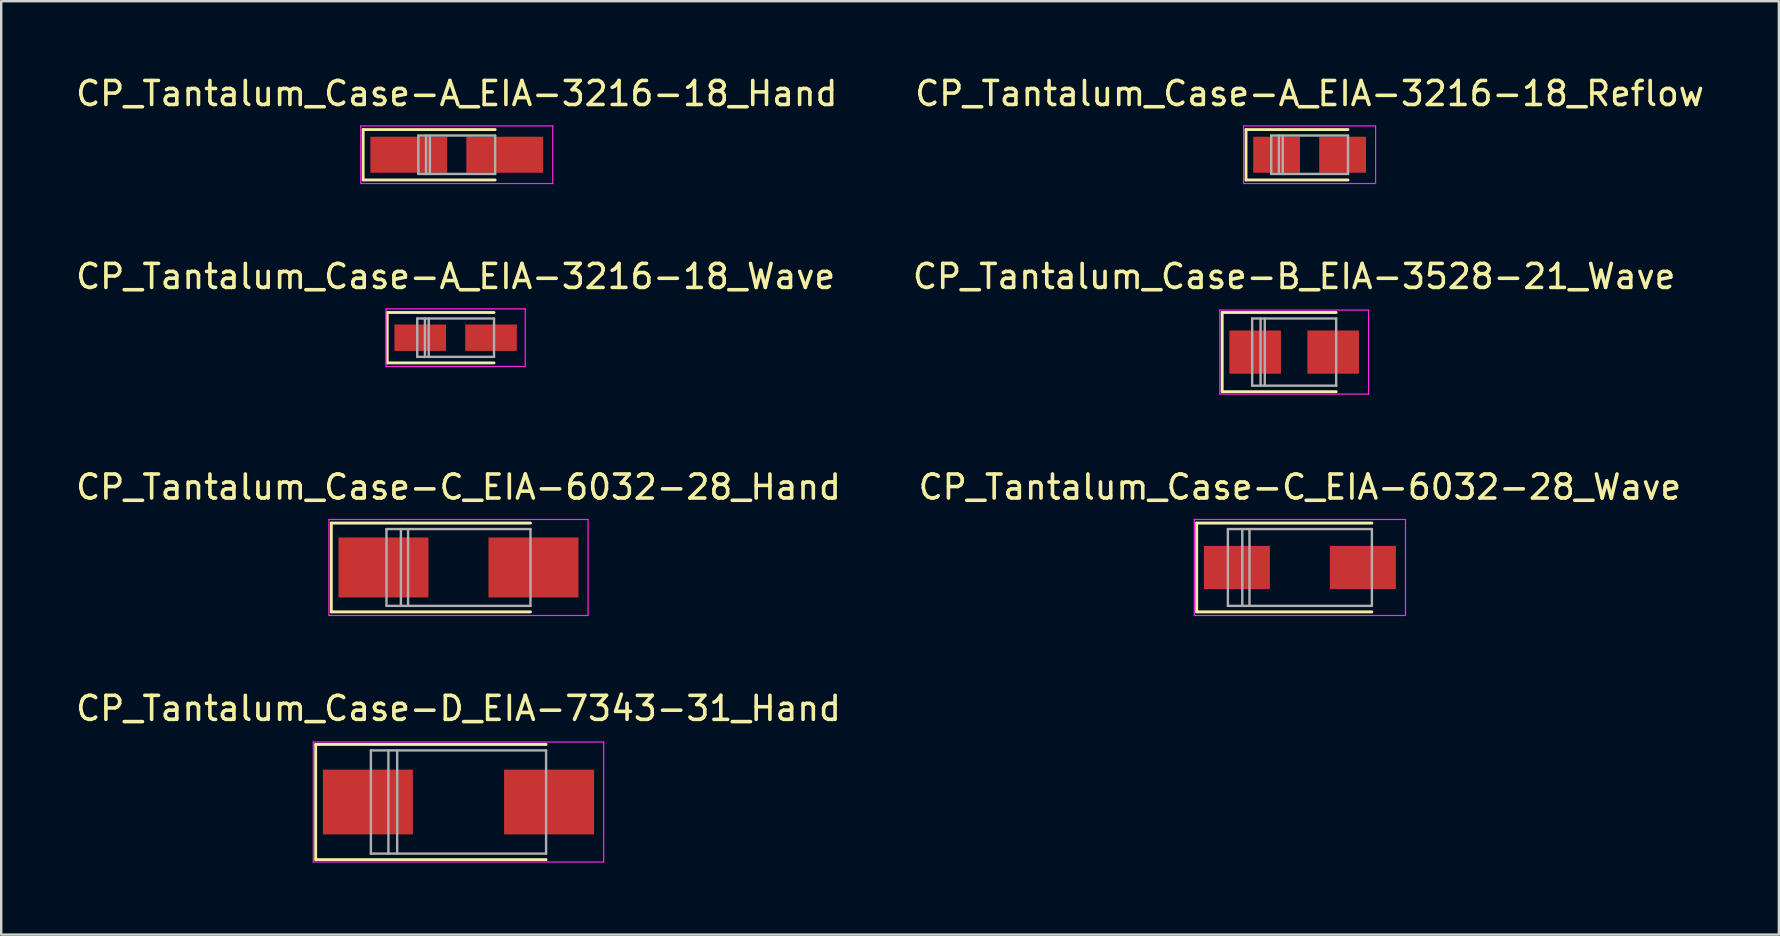
<source format=kicad_pcb>
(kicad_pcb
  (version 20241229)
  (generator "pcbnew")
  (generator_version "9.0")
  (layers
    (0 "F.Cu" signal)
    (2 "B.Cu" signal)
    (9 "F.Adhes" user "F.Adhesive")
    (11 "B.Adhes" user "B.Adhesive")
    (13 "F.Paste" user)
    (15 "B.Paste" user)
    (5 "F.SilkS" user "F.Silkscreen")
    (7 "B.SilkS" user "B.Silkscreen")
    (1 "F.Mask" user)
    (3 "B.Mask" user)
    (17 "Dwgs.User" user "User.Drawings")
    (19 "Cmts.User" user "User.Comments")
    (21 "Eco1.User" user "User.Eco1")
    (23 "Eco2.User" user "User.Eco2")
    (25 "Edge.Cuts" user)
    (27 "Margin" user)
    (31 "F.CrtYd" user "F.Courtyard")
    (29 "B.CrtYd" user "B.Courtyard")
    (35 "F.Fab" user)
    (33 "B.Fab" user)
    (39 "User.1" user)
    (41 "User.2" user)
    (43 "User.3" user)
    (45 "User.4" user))
  (footprint "CP_Tantalum_Case-C_EIA-6032-28_Hand"
    (layer "F.Cu")
    (at 16.054 20.595)
    (property "Reference" "CP_Tantalum_Case-C_EIA-6032-28_Hand" (at 0 -3.35 0) (layer "F.SilkS") (effects (font (size 1 1) (thickness 0.15))))
    (attr smd)
    (fp_line (start -5.3 -1.85) (end -5.3 1.85) (stroke (width 0.12) (type solid)) (layer "F.SilkS"))
    (fp_line (start -5.3 -1.85) (end 3 -1.85) (stroke (width 0.12) (type solid)) (layer "F.SilkS"))
    (fp_line (start -5.3 1.85) (end 3 1.85) (stroke (width 0.12) (type solid)) (layer "F.SilkS"))
    (fp_line (start -5.4 -2) (end -5.4 2) (stroke (width 0.05) (type solid)) (layer "F.CrtYd"))
    (fp_line (start -5.4 2) (end 5.4 2) (stroke (width 0.05) (type solid)) (layer "F.CrtYd"))
    (fp_line (start 5.4 -2) (end -5.4 -2) (stroke (width 0.05) (type solid)) (layer "F.CrtYd"))
    (fp_line (start 5.4 2) (end 5.4 -2) (stroke (width 0.05) (type solid)) (layer "F.CrtYd"))
    (fp_line (start -3 -1.6) (end -3 1.6) (stroke (width 0.1) (type solid)) (layer "F.Fab"))
    (fp_line (start -3 1.6) (end 3 1.6) (stroke (width 0.1) (type solid)) (layer "F.Fab"))
    (fp_line (start -2.4 -1.6) (end -2.4 1.6) (stroke (width 0.1) (type solid)) (layer "F.Fab"))
    (fp_line (start -2.1 -1.6) (end -2.1 1.6) (stroke (width 0.1) (type solid)) (layer "F.Fab"))
    (fp_line (start 3 -1.6) (end -3 -1.6) (stroke (width 0.1) (type solid)) (layer "F.Fab"))
    (fp_line (start 3 1.6) (end 3 -1.6) (stroke (width 0.1) (type solid)) (layer "F.Fab"))
    (pad "1" smd rect (at -3.125 0) (size 3.75 2.5) (layers "F.Cu" "F.Mask" "F.Paste"))
    (pad "2" smd rect (at 3.125 0) (size 3.75 2.5) (layers "F.Cu" "F.Mask" "F.Paste")))
  (footprint "CP_Tantalum_Case-A_EIA-3216-18_Reflow"
    (layer "F.Cu")
    (at 51.518 3.398)
    (property "Reference" "CP_Tantalum_Case-A_EIA-3216-18_Reflow" (at 0 -2.55 0) (layer "F.SilkS") (effects (font (size 1 1) (thickness 0.15))))
    (attr smd)
    (fp_line (start -2.65 -1.05) (end -2.65 1.05) (stroke (width 0.12) (type solid)) (layer "F.SilkS"))
    (fp_line (start -2.65 -1.05) (end 1.6 -1.05) (stroke (width 0.12) (type solid)) (layer "F.SilkS"))
    (fp_line (start -2.65 1.05) (end 1.6 1.05) (stroke (width 0.12) (type solid)) (layer "F.SilkS"))
    (fp_line (start -2.75 -1.2) (end -2.75 1.2) (stroke (width 0.05) (type solid)) (layer "F.CrtYd"))
    (fp_line (start -2.75 1.2) (end 2.75 1.2) (stroke (width 0.05) (type solid)) (layer "F.CrtYd"))
    (fp_line (start 2.75 -1.2) (end -2.75 -1.2) (stroke (width 0.05) (type solid)) (layer "F.CrtYd"))
    (fp_line (start 2.75 1.2) (end 2.75 -1.2) (stroke (width 0.05) (type solid)) (layer "F.CrtYd"))
    (fp_line (start -1.6 -0.8) (end -1.6 0.8) (stroke (width 0.1) (type solid)) (layer "F.Fab"))
    (fp_line (start -1.6 0.8) (end 1.6 0.8) (stroke (width 0.1) (type solid)) (layer "F.Fab"))
    (fp_line (start -1.28 -0.8) (end -1.28 0.8) (stroke (width 0.1) (type solid)) (layer "F.Fab"))
    (fp_line (start -1.12 -0.8) (end -1.12 0.8) (stroke (width 0.1) (type solid)) (layer "F.Fab"))
    (fp_line (start 1.6 -0.8) (end -1.6 -0.8) (stroke (width 0.1) (type solid)) (layer "F.Fab"))
    (fp_line (start 1.6 0.8) (end 1.6 -0.8) (stroke (width 0.1) (type solid)) (layer "F.Fab"))
    (pad "1" smd rect (at -1.375 0) (size 1.95 1.5) (layers "F.Cu" "F.Mask" "F.Paste"))
    (pad "2" smd rect (at 1.375 0) (size 1.95 1.5) (layers "F.Cu" "F.Mask" "F.Paste")))
  (footprint "CP_Tantalum_Case-C_EIA-6032-28_Wave"
    (layer "F.Cu")
    (at 51.113 20.595)
    (property "Reference" "CP_Tantalum_Case-C_EIA-6032-28_Wave" (at 0 -3.35 0) (layer "F.SilkS") (effects (font (size 1 1) (thickness 0.15))))
    (attr smd)
    (fp_line (start -4.3 -1.85) (end -4.3 1.85) (stroke (width 0.12) (type solid)) (layer "F.SilkS"))
    (fp_line (start -4.3 -1.85) (end 3 -1.85) (stroke (width 0.12) (type solid)) (layer "F.SilkS"))
    (fp_line (start -4.3 1.85) (end 3 1.85) (stroke (width 0.12) (type solid)) (layer "F.SilkS"))
    (fp_line (start -4.4 -2) (end -4.4 2) (stroke (width 0.05) (type solid)) (layer "F.CrtYd"))
    (fp_line (start -4.4 2) (end 4.4 2) (stroke (width 0.05) (type solid)) (layer "F.CrtYd"))
    (fp_line (start 4.4 -2) (end -4.4 -2) (stroke (width 0.05) (type solid)) (layer "F.CrtYd"))
    (fp_line (start 4.4 2) (end 4.4 -2) (stroke (width 0.05) (type solid)) (layer "F.CrtYd"))
    (fp_line (start -3 -1.6) (end -3 1.6) (stroke (width 0.1) (type solid)) (layer "F.Fab"))
    (fp_line (start -3 1.6) (end 3 1.6) (stroke (width 0.1) (type solid)) (layer "F.Fab"))
    (fp_line (start -2.4 -1.6) (end -2.4 1.6) (stroke (width 0.1) (type solid)) (layer "F.Fab"))
    (fp_line (start -2.1 -1.6) (end -2.1 1.6) (stroke (width 0.1) (type solid)) (layer "F.Fab"))
    (fp_line (start 3 -1.6) (end -3 -1.6) (stroke (width 0.1) (type solid)) (layer "F.Fab"))
    (fp_line (start 3 1.6) (end 3 -1.6) (stroke (width 0.1) (type solid)) (layer "F.Fab"))
    (pad "1" smd rect (at -2.625 0) (size 2.75 1.8) (layers "F.Cu" "F.Mask" "F.Paste"))
    (pad "2" smd rect (at 2.625 0) (size 2.75 1.8) (layers "F.Cu" "F.Mask" "F.Paste")))
  (footprint "CP_Tantalum_Case-A_EIA-3216-18_Hand"
    (layer "F.Cu")
    (at 15.982 3.398)
    (property "Reference" "CP_Tantalum_Case-A_EIA-3216-18_Hand" (at 0 -2.55 0) (layer "F.SilkS") (effects (font (size 1 1) (thickness 0.15))))
    (attr smd)
    (fp_line (start -3.9 -1.05) (end -3.9 1.05) (stroke (width 0.12) (type solid)) (layer "F.SilkS"))
    (fp_line (start -3.9 -1.05) (end 1.6 -1.05) (stroke (width 0.12) (type solid)) (layer "F.SilkS"))
    (fp_line (start -3.9 1.05) (end 1.6 1.05) (stroke (width 0.12) (type solid)) (layer "F.SilkS"))
    (fp_line (start -4 -1.2) (end -4 1.2) (stroke (width 0.05) (type solid)) (layer "F.CrtYd"))
    (fp_line (start -4 1.2) (end 4 1.2) (stroke (width 0.05) (type solid)) (layer "F.CrtYd"))
    (fp_line (start 4 -1.2) (end -4 -1.2) (stroke (width 0.05) (type solid)) (layer "F.CrtYd"))
    (fp_line (start 4 1.2) (end 4 -1.2) (stroke (width 0.05) (type solid)) (layer "F.CrtYd"))
    (fp_line (start -1.6 -0.8) (end -1.6 0.8) (stroke (width 0.1) (type solid)) (layer "F.Fab"))
    (fp_line (start -1.6 0.8) (end 1.6 0.8) (stroke (width 0.1) (type solid)) (layer "F.Fab"))
    (fp_line (start -1.28 -0.8) (end -1.28 0.8) (stroke (width 0.1) (type solid)) (layer "F.Fab"))
    (fp_line (start -1.12 -0.8) (end -1.12 0.8) (stroke (width 0.1) (type solid)) (layer "F.Fab"))
    (fp_line (start 1.6 -0.8) (end -1.6 -0.8) (stroke (width 0.1) (type solid)) (layer "F.Fab"))
    (fp_line (start 1.6 0.8) (end 1.6 -0.8) (stroke (width 0.1) (type solid)) (layer "F.Fab"))
    (pad "1" smd rect (at -2 0) (size 3.2 1.5) (layers "F.Cu" "F.Mask" "F.Paste"))
    (pad "2" smd rect (at 2 0) (size 3.2 1.5) (layers "F.Cu" "F.Mask" "F.Paste")))
  (footprint "CP_Tantalum_Case-D_EIA-7343-31_Hand"
    (layer "F.Cu")
    (at 16.054 30.368)
    (property "Reference" "CP_Tantalum_Case-D_EIA-7343-31_Hand" (at 0 -3.9 0) (layer "F.SilkS") (effects (font (size 1 1) (thickness 0.15))))
    (attr smd)
    (fp_line (start -5.95 -2.4) (end -5.95 2.4) (stroke (width 0.12) (type solid)) (layer "F.SilkS"))
    (fp_line (start -5.95 -2.4) (end 3.65 -2.4) (stroke (width 0.12) (type solid)) (layer "F.SilkS"))
    (fp_line (start -5.95 2.4) (end 3.65 2.4) (stroke (width 0.12) (type solid)) (layer "F.SilkS"))
    (fp_line (start -6.05 -2.5) (end -6.05 2.5) (stroke (width 0.05) (type solid)) (layer "F.CrtYd"))
    (fp_line (start -6.05 2.5) (end 6.05 2.5) (stroke (width 0.05) (type solid)) (layer "F.CrtYd"))
    (fp_line (start 6.05 -2.5) (end -6.05 -2.5) (stroke (width 0.05) (type solid)) (layer "F.CrtYd"))
    (fp_line (start 6.05 2.5) (end 6.05 -2.5) (stroke (width 0.05) (type solid)) (layer "F.CrtYd"))
    (fp_line (start -3.65 -2.15) (end -3.65 2.15) (stroke (width 0.1) (type solid)) (layer "F.Fab"))
    (fp_line (start -3.65 2.15) (end 3.65 2.15) (stroke (width 0.1) (type solid)) (layer "F.Fab"))
    (fp_line (start -2.92 -2.15) (end -2.92 2.15) (stroke (width 0.1) (type solid)) (layer "F.Fab"))
    (fp_line (start -2.555 -2.15) (end -2.555 2.15) (stroke (width 0.1) (type solid)) (layer "F.Fab"))
    (fp_line (start 3.65 -2.15) (end -3.65 -2.15) (stroke (width 0.1) (type solid)) (layer "F.Fab"))
    (fp_line (start 3.65 2.15) (end 3.65 -2.15) (stroke (width 0.1) (type solid)) (layer "F.Fab"))
    (pad "1" smd rect (at -3.775 0) (size 3.75 2.7) (layers "F.Cu" "F.Mask" "F.Paste"))
    (pad "2" smd rect (at 3.775 0) (size 3.75 2.7) (layers "F.Cu" "F.Mask" "F.Paste")))
  (footprint "CP_Tantalum_Case-A_EIA-3216-18_Wave"
    (layer "F.Cu")
    (at 15.935 11.021)
    (property "Reference" "CP_Tantalum_Case-A_EIA-3216-18_Wave" (at 0 -2.55 0) (layer "F.SilkS") (effects (font (size 1 1) (thickness 0.15))))
    (attr smd)
    (fp_line (start -2.85 -1.05) (end -2.85 1.05) (stroke (width 0.12) (type solid)) (layer "F.SilkS"))
    (fp_line (start -2.85 -1.05) (end 1.6 -1.05) (stroke (width 0.12) (type solid)) (layer "F.SilkS"))
    (fp_line (start -2.85 1.05) (end 1.6 1.05) (stroke (width 0.12) (type solid)) (layer "F.SilkS"))
    (fp_line (start -2.9 -1.2) (end -2.9 1.2) (stroke (width 0.05) (type solid)) (layer "F.CrtYd"))
    (fp_line (start -2.9 1.2) (end 2.9 1.2) (stroke (width 0.05) (type solid)) (layer "F.CrtYd"))
    (fp_line (start 2.9 -1.2) (end -2.9 -1.2) (stroke (width 0.05) (type solid)) (layer "F.CrtYd"))
    (fp_line (start 2.9 1.2) (end 2.9 -1.2) (stroke (width 0.05) (type solid)) (layer "F.CrtYd"))
    (fp_line (start -1.6 -0.8) (end -1.6 0.8) (stroke (width 0.1) (type solid)) (layer "F.Fab"))
    (fp_line (start -1.6 0.8) (end 1.6 0.8) (stroke (width 0.1) (type solid)) (layer "F.Fab"))
    (fp_line (start -1.28 -0.8) (end -1.28 0.8) (stroke (width 0.1) (type solid)) (layer "F.Fab"))
    (fp_line (start -1.12 -0.8) (end -1.12 0.8) (stroke (width 0.1) (type solid)) (layer "F.Fab"))
    (fp_line (start 1.6 -0.8) (end -1.6 -0.8) (stroke (width 0.1) (type solid)) (layer "F.Fab"))
    (fp_line (start 1.6 0.8) (end 1.6 -0.8) (stroke (width 0.1) (type solid)) (layer "F.Fab"))
    (pad "1" smd rect (at -1.475 0) (size 2.15 1.1) (layers "F.Cu" "F.Mask" "F.Paste"))
    (pad "2" smd rect (at 1.475 0) (size 2.15 1.1) (layers "F.Cu" "F.Mask" "F.Paste")))
  (footprint "CP_Tantalum_Case-B_EIA-3528-21_Wave"
    (layer "F.Cu")
    (at 50.875 11.621)
    (property "Reference" "CP_Tantalum_Case-B_EIA-3528-21_Wave" (at 0 -3.15 0) (layer "F.SilkS") (effects (font (size 1 1) (thickness 0.15))))
    (attr smd)
    (fp_line (start -3 -1.65) (end -3 1.65) (stroke (width 0.12) (type solid)) (layer "F.SilkS"))
    (fp_line (start -3 -1.65) (end 1.75 -1.65) (stroke (width 0.12) (type solid)) (layer "F.SilkS"))
    (fp_line (start -3 1.65) (end 1.75 1.65) (stroke (width 0.12) (type solid)) (layer "F.SilkS"))
    (fp_line (start -3.1 -1.75) (end -3.1 1.75) (stroke (width 0.05) (type solid)) (layer "F.CrtYd"))
    (fp_line (start -3.1 1.75) (end 3.1 1.75) (stroke (width 0.05) (type solid)) (layer "F.CrtYd"))
    (fp_line (start 3.1 -1.75) (end -3.1 -1.75) (stroke (width 0.05) (type solid)) (layer "F.CrtYd"))
    (fp_line (start 3.1 1.75) (end 3.1 -1.75) (stroke (width 0.05) (type solid)) (layer "F.CrtYd"))
    (fp_line (start -1.75 -1.4) (end -1.75 1.4) (stroke (width 0.1) (type solid)) (layer "F.Fab"))
    (fp_line (start -1.75 1.4) (end 1.75 1.4) (stroke (width 0.1) (type solid)) (layer "F.Fab"))
    (fp_line (start -1.4 -1.4) (end -1.4 1.4) (stroke (width 0.1) (type solid)) (layer "F.Fab"))
    (fp_line (start -1.225 -1.4) (end -1.225 1.4) (stroke (width 0.1) (type solid)) (layer "F.Fab"))
    (fp_line (start 1.75 -1.4) (end -1.75 -1.4) (stroke (width 0.1) (type solid)) (layer "F.Fab"))
    (fp_line (start 1.75 1.4) (end 1.75 -1.4) (stroke (width 0.1) (type solid)) (layer "F.Fab"))
    (pad "1" smd rect (at -1.625 0) (size 2.15 1.8) (layers "F.Cu" "F.Mask" "F.Paste"))
    (pad "2" smd rect (at 1.625 0) (size 2.15 1.8) (layers "F.Cu" "F.Mask" "F.Paste")))
  (gr_rect
    (start -3 -3)
    (end 71.071 35.893)
    (stroke (width 0.1) (type default))
    (fill no)
    (layer "Edge.Cuts")))
</source>
